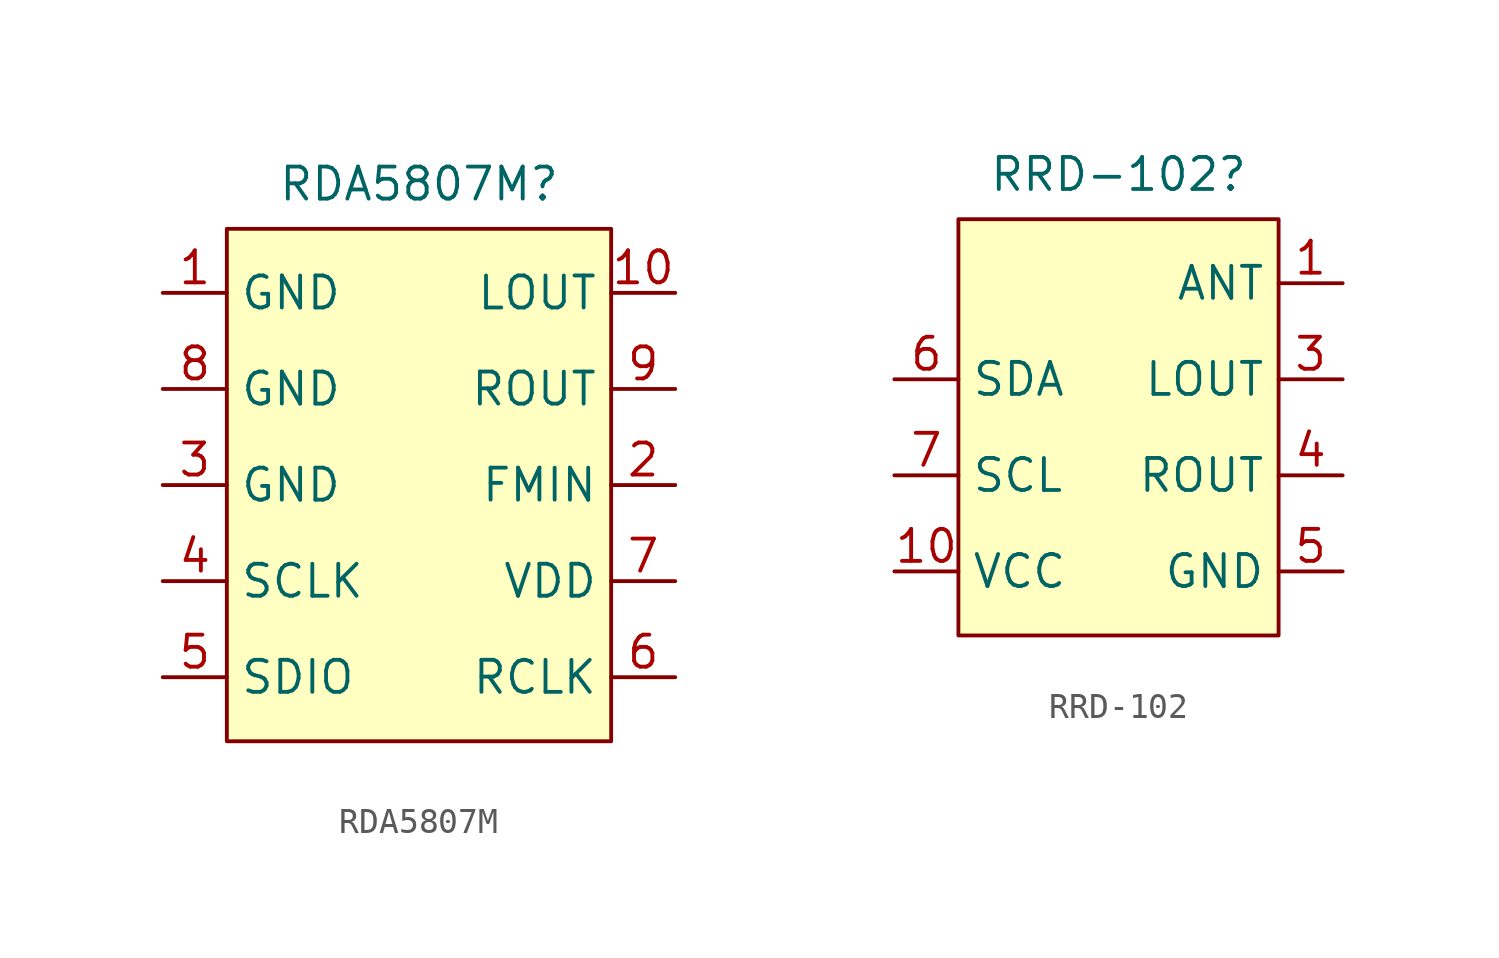
<source format=kicad_sym>
(kicad_symbol_lib
  (version 20241209)
  (generator "kicad_symbol_editor")
  (generator_version "9.0")
  (symbol "RDA5807M"
    (property "Reference" "RDA5807M"
      (at 0 10.668 0)
      (effects (font (size 1.27 1.27))))
    (property "Value" ""
      (at 0 0 0)
      (effects (font (size 1.27 1.27))))
    (symbol "RDA5807M_1_1"
      (rectangle (start -7.62 8.89) (end 7.62 -11.43) (stroke (width 0) (type solid)) (fill (type background)))
      (pin input line (at -10.16 6.35 0) (length 2.54) (name "GND" (effects (font (size 1.27 1.27)))) (number "1" (effects (font (size 1.27 1.27)))))
      (pin input line (at -10.16 2.54 0) (length 2.54) (name "GND" (effects (font (size 1.27 1.27)))) (number "8" (effects (font (size 1.27 1.27)))))
      (pin input line (at -10.16 -1.27 0) (length 2.54) (name "GND" (effects (font (size 1.27 1.27)))) (number "3" (effects (font (size 1.27 1.27)))))
      (pin input line (at -10.16 -5.08 0) (length 2.54) (name "SCLK" (effects (font (size 1.27 1.27)))) (number "4" (effects (font (size 1.27 1.27)))))
      (pin bidirectional line (at -10.16 -8.89 0) (length 2.54) (name "SDIO" (effects (font (size 1.27 1.27)))) (number "5" (effects (font (size 1.27 1.27)))))
      (pin output line (at 10.16 6.35 180) (length 2.54) (name "LOUT" (effects (font (size 1.27 1.27)))) (number "10" (effects (font (size 1.27 1.27)))))
      (pin output line (at 10.16 2.54 180) (length 2.54) (name "ROUT" (effects (font (size 1.27 1.27)))) (number "9" (effects (font (size 1.27 1.27)))))
      (pin input line (at 10.16 -1.27 180) (length 2.54) (name "FMIN" (effects (font (size 1.27 1.27)))) (number "2" (effects (font (size 1.27 1.27)))))
      (pin input line (at 10.16 -5.08 180) (length 2.54) (name "VDD" (effects (font (size 1.27 1.27)))) (number "7" (effects (font (size 1.27 1.27)))))
      (pin input line (at 10.16 -8.89 180) (length 2.54) (name "RCLK" (effects (font (size 1.27 1.27)))) (number "6" (effects (font (size 1.27 1.27)))))))
  (symbol "RRD-102"
    (property "Reference" "RRD-102"
      (at 0 10.668 0)
      (effects (font (size 1.27 1.27))))
    (property "Value" ""
      (at 0 0 0)
      (effects (font (size 1.27 1.27))))
    (symbol "RRD-102_1_1"
      (rectangle (start -6.35 8.89) (end 6.35 -7.62) (stroke (width 0) (type solid)) (fill (type background)))
      (pin input line (at -8.89 2.54 0) (length 2.54) (name "SDA" (effects (font (size 1.27 1.27)))) (number "6" (effects (font (size 1.27 1.27)))))
      (pin input line (at -8.89 -1.27 0) (length 2.54) (name "SCL" (effects (font (size 1.27 1.27)))) (number "7" (effects (font (size 1.27 1.27)))))
      (pin input line (at -8.89 -5.08 0) (length 2.54) (name "VCC" (effects (font (size 1.27 1.27)))) (number "10" (effects (font (size 1.27 1.27)))))
      (pin input line (at 8.89 6.35 180) (length 2.54) (name "ANT" (effects (font (size 1.27 1.27)))) (number "1" (effects (font (size 1.27 1.27)))))
      (pin input line (at 8.89 2.54 180) (length 2.54) (name "LOUT" (effects (font (size 1.27 1.27)))) (number "3" (effects (font (size 1.27 1.27)))))
      (pin input line (at 8.89 -1.27 180) (length 2.54) (name "ROUT" (effects (font (size 1.27 1.27)))) (number "4" (effects (font (size 1.27 1.27)))))
      (pin input line (at 8.89 -5.08 180) (length 2.54) (name "GND" (effects (font (size 1.27 1.27)))) (number "5" (effects (font (size 1.27 1.27))))))))
</source>
